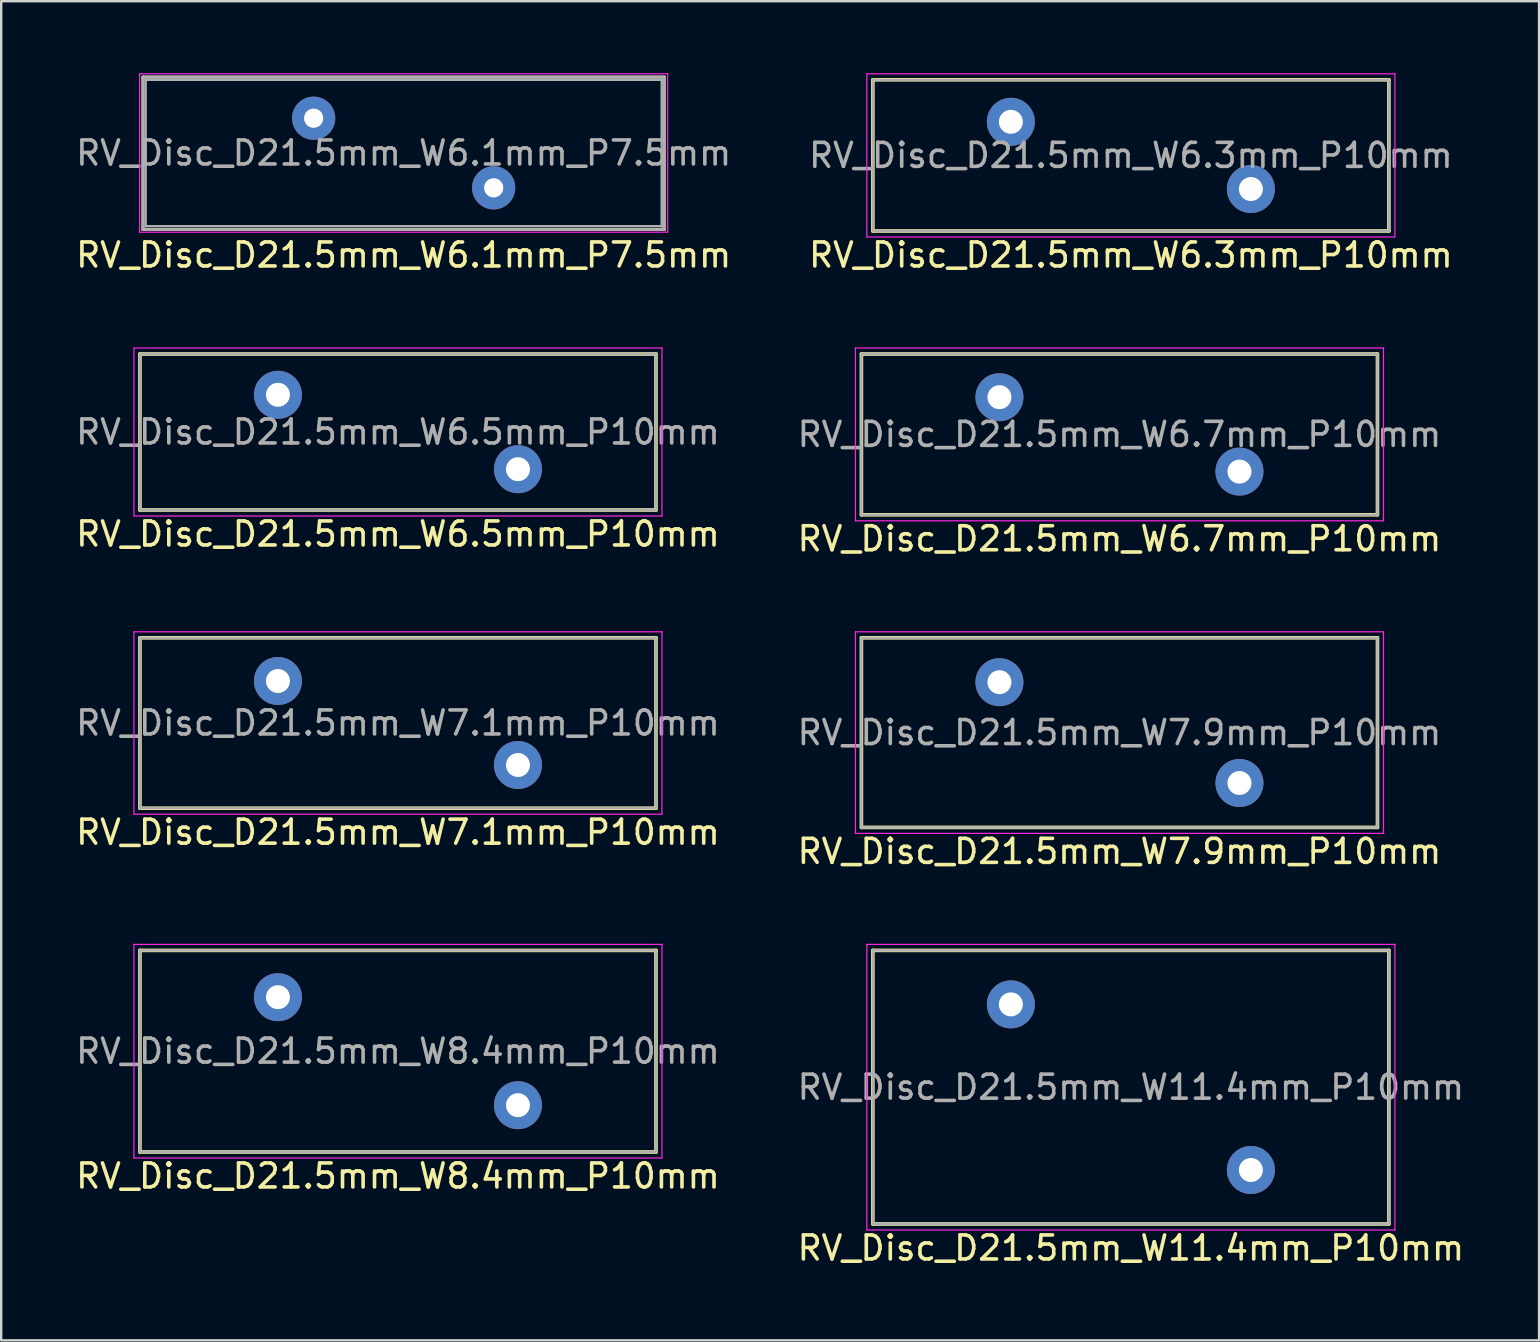
<source format=kicad_pcb>
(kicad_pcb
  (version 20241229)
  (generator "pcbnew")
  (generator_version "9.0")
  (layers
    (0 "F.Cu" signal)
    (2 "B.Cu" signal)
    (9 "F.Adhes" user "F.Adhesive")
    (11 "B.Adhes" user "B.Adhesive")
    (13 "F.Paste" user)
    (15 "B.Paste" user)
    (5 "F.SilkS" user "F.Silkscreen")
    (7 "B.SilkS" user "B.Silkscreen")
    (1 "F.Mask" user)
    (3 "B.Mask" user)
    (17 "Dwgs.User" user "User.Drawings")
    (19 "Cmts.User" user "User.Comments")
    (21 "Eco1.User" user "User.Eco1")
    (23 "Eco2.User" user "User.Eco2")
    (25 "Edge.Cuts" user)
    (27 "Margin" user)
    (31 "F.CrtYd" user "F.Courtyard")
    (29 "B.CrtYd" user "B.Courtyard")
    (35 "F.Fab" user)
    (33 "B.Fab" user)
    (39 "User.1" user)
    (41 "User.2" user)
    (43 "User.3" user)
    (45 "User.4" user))
  (footprint "RV_Disc_D21.5mm_W6.1mm_P7.5mm"
    (layer "F.Cu")
    (at 10.018 1.875)
    (property "Reference" "RV_Disc_D21.5mm_W6.1mm_P7.5mm" (at 3.75 5.7 0) (layer "F.SilkS") (effects (font (size 1 1) (thickness 0.15))))
    (attr through_hole)
    (fp_line (start -7.112 -1.714) (end 14.605 -1.714) (stroke (width 0.12) (type solid)) (layer "F.SilkS"))
    (fp_line (start -7.112 4.636) (end -7.112 -1.714) (stroke (width 0.12) (type solid)) (layer "F.SilkS"))
    (fp_line (start 14.605 -1.714) (end 14.605 4.636) (stroke (width 0.12) (type solid)) (layer "F.SilkS"))
    (fp_line (start 14.605 4.636) (end -7.112 4.636) (stroke (width 0.12) (type solid)) (layer "F.SilkS"))
    (fp_line (start -7.25 -1.85) (end -7.25 4.75) (stroke (width 0.05) (type solid)) (layer "F.CrtYd"))
    (fp_line (start -7.25 -1.85) (end 14.75 -1.85) (stroke (width 0.05) (type solid)) (layer "F.CrtYd"))
    (fp_line (start -7.25 4.75) (end 14.75 4.75) (stroke (width 0.05) (type solid)) (layer "F.CrtYd"))
    (fp_line (start 14.75 -1.85) (end 14.75 4.75) (stroke (width 0.05) (type solid)) (layer "F.CrtYd"))
    (fp_line (start -7.112 -1.714) (end 14.605 -1.714) (stroke (width 0.12) (type solid)) (layer "F.Fab"))
    (fp_line (start -7.112 4.636) (end -7.112 -1.714) (stroke (width 0.12) (type solid)) (layer "F.Fab"))
    (fp_line (start -7 -1.6) (end -7 4.5) (stroke (width 0.1) (type solid)) (layer "F.Fab"))
    (fp_line (start -7 -1.6) (end 14.5 -1.6) (stroke (width 0.1) (type solid)) (layer "F.Fab"))
    (fp_line (start -7 4.5) (end 14.5 4.5) (stroke (width 0.1) (type solid)) (layer "F.Fab"))
    (fp_line (start 14.5 -1.6) (end 14.5 4.5) (stroke (width 0.1) (type solid)) (layer "F.Fab"))
    (fp_line (start 14.605 -1.714) (end 14.605 4.636) (stroke (width 0.12) (type solid)) (layer "F.Fab"))
    (fp_line (start 14.605 4.636) (end -7.112 4.636) (stroke (width 0.12) (type solid)) (layer "F.Fab"))
    (fp_text user "${REFERENCE}" (at 3.75 1.45 0) (layer "F.Fab") (effects (font (size 1 1) (thickness 0.15))))
    (pad "1" thru_hole circle (at 0 0) (size 1.8 1.8) (drill 0.8) (layers "*.Cu" "*.Mask"))
    (pad "2" thru_hole circle (at 7.5 2.9) (size 1.8 1.8) (drill 0.8) (layers "*.Cu" "*.Mask")))
  (footprint "RV_Disc_D21.5mm_W7.1mm_P10mm"
    (layer "F.Cu")
    (at 8.53 25.322)
    (property "Reference" "RV_Disc_D21.5mm_W7.1mm_P10mm" (at 5 6.3 0) (layer "F.SilkS") (effects (font (size 1 1) (thickness 0.15))))
    (attr through_hole)
    (fp_line (start -5.75 -1.8) (end -5.75 5.3) (stroke (width 0.15) (type solid)) (layer "F.SilkS"))
    (fp_line (start -5.75 -1.8) (end 15.75 -1.8) (stroke (width 0.15) (type solid)) (layer "F.SilkS"))
    (fp_line (start -5.75 5.3) (end 15.75 5.3) (stroke (width 0.15) (type solid)) (layer "F.SilkS"))
    (fp_line (start 15.75 -1.8) (end 15.75 5.3) (stroke (width 0.15) (type solid)) (layer "F.SilkS"))
    (fp_line (start -6 -2.05) (end -6 5.55) (stroke (width 0.05) (type solid)) (layer "F.CrtYd"))
    (fp_line (start -6 -2.05) (end 16 -2.05) (stroke (width 0.05) (type solid)) (layer "F.CrtYd"))
    (fp_line (start -6 5.55) (end 16 5.55) (stroke (width 0.05) (type solid)) (layer "F.CrtYd"))
    (fp_line (start 16 -2.05) (end 16 5.55) (stroke (width 0.05) (type solid)) (layer "F.CrtYd"))
    (fp_line (start -5.75 -1.8) (end -5.75 5.3) (stroke (width 0.1) (type solid)) (layer "F.Fab"))
    (fp_line (start -5.75 -1.8) (end 15.75 -1.8) (stroke (width 0.1) (type solid)) (layer "F.Fab"))
    (fp_line (start -5.75 5.3) (end 15.75 5.3) (stroke (width 0.1) (type solid)) (layer "F.Fab"))
    (fp_line (start 15.75 -1.8) (end 15.75 5.3) (stroke (width 0.1) (type solid)) (layer "F.Fab"))
    (fp_text user "${REFERENCE}" (at 5 1.75 0) (layer "F.Fab") (effects (font (size 1 1) (thickness 0.15))))
    (pad "1" thru_hole circle (at 0 0) (size 2 2) (drill 1) (layers "*.Cu" "*.Mask"))
    (pad "2" thru_hole circle (at 10 3.5) (size 2 2) (drill 1) (layers "*.Cu" "*.Mask")))
  (footprint "RV_Disc_D21.5mm_W6.3mm_P10mm"
    (layer "F.Cu")
    (at 39.065 2.025)
    (property "Reference" "RV_Disc_D21.5mm_W6.3mm_P10mm" (at 5 5.55 0) (layer "F.SilkS") (effects (font (size 1 1) (thickness 0.15))))
    (attr through_hole)
    (fp_line (start -5.75 -1.75) (end -5.75 4.55) (stroke (width 0.15) (type solid)) (layer "F.SilkS"))
    (fp_line (start -5.75 -1.75) (end 15.75 -1.75) (stroke (width 0.15) (type solid)) (layer "F.SilkS"))
    (fp_line (start -5.75 4.55) (end 15.75 4.55) (stroke (width 0.15) (type solid)) (layer "F.SilkS"))
    (fp_line (start 15.75 -1.75) (end 15.75 4.55) (stroke (width 0.15) (type solid)) (layer "F.SilkS"))
    (fp_line (start -6 -2) (end -6 4.8) (stroke (width 0.05) (type solid)) (layer "F.CrtYd"))
    (fp_line (start -6 -2) (end 16 -2) (stroke (width 0.05) (type solid)) (layer "F.CrtYd"))
    (fp_line (start -6 4.8) (end 16 4.8) (stroke (width 0.05) (type solid)) (layer "F.CrtYd"))
    (fp_line (start 16 -2) (end 16 4.8) (stroke (width 0.05) (type solid)) (layer "F.CrtYd"))
    (fp_line (start -5.75 -1.75) (end -5.75 4.55) (stroke (width 0.1) (type solid)) (layer "F.Fab"))
    (fp_line (start -5.75 -1.75) (end 15.75 -1.75) (stroke (width 0.1) (type solid)) (layer "F.Fab"))
    (fp_line (start -5.75 4.55) (end 15.75 4.55) (stroke (width 0.1) (type solid)) (layer "F.Fab"))
    (fp_line (start 15.75 -1.75) (end 15.75 4.55) (stroke (width 0.1) (type solid)) (layer "F.Fab"))
    (fp_text user "${REFERENCE}" (at 5 1.4 0) (layer "F.Fab") (effects (font (size 1 1) (thickness 0.15))))
    (pad "1" thru_hole circle (at 0 0) (size 2 2) (drill 1) (layers "*.Cu" "*.Mask"))
    (pad "2" thru_hole circle (at 10 2.8) (size 2 2) (drill 1) (layers "*.Cu" "*.Mask")))
  (footprint "RV_Disc_D21.5mm_W7.9mm_P10mm"
    (layer "F.Cu")
    (at 38.589 25.372)
    (property "Reference" "RV_Disc_D21.5mm_W7.9mm_P10mm" (at 5 7.05 0) (layer "F.SilkS") (effects (font (size 1 1) (thickness 0.15))))
    (attr through_hole)
    (fp_line (start -5.75 -1.85) (end -5.75 6.05) (stroke (width 0.15) (type solid)) (layer "F.SilkS"))
    (fp_line (start -5.75 -1.85) (end 15.75 -1.85) (stroke (width 0.15) (type solid)) (layer "F.SilkS"))
    (fp_line (start -5.75 6.05) (end 15.75 6.05) (stroke (width 0.15) (type solid)) (layer "F.SilkS"))
    (fp_line (start 15.75 -1.85) (end 15.75 6.05) (stroke (width 0.15) (type solid)) (layer "F.SilkS"))
    (fp_line (start -6 -2.1) (end -6 6.3) (stroke (width 0.05) (type solid)) (layer "F.CrtYd"))
    (fp_line (start -6 -2.1) (end 16 -2.1) (stroke (width 0.05) (type solid)) (layer "F.CrtYd"))
    (fp_line (start -6 6.3) (end 16 6.3) (stroke (width 0.05) (type solid)) (layer "F.CrtYd"))
    (fp_line (start 16 -2.1) (end 16 6.3) (stroke (width 0.05) (type solid)) (layer "F.CrtYd"))
    (fp_line (start -5.75 -1.85) (end -5.75 6.05) (stroke (width 0.1) (type solid)) (layer "F.Fab"))
    (fp_line (start -5.75 -1.85) (end 15.75 -1.85) (stroke (width 0.1) (type solid)) (layer "F.Fab"))
    (fp_line (start -5.75 6.05) (end 15.75 6.05) (stroke (width 0.1) (type solid)) (layer "F.Fab"))
    (fp_line (start 15.75 -1.85) (end 15.75 6.05) (stroke (width 0.1) (type solid)) (layer "F.Fab"))
    (fp_text user "${REFERENCE}" (at 5 2.1 0) (layer "F.Fab") (effects (font (size 1 1) (thickness 0.15))))
    (pad "1" thru_hole circle (at 0 0) (size 2 2) (drill 1) (layers "*.Cu" "*.Mask"))
    (pad "2" thru_hole circle (at 10 4.2) (size 2 2) (drill 1) (layers "*.Cu" "*.Mask")))
  (footprint "RV_Disc_D21.5mm_W6.7mm_P10mm"
    (layer "F.Cu")
    (at 38.589 13.498)
    (property "Reference" "RV_Disc_D21.5mm_W6.7mm_P10mm" (at 5 5.9 0) (layer "F.SilkS") (effects (font (size 1 1) (thickness 0.15))))
    (attr through_hole)
    (fp_line (start -5.75 -1.8) (end -5.75 4.9) (stroke (width 0.15) (type solid)) (layer "F.SilkS"))
    (fp_line (start -5.75 -1.8) (end 15.75 -1.8) (stroke (width 0.15) (type solid)) (layer "F.SilkS"))
    (fp_line (start -5.75 4.9) (end 15.75 4.9) (stroke (width 0.15) (type solid)) (layer "F.SilkS"))
    (fp_line (start 15.75 -1.8) (end 15.75 4.9) (stroke (width 0.15) (type solid)) (layer "F.SilkS"))
    (fp_line (start -6 -2.05) (end -6 5.15) (stroke (width 0.05) (type solid)) (layer "F.CrtYd"))
    (fp_line (start -6 -2.05) (end 16 -2.05) (stroke (width 0.05) (type solid)) (layer "F.CrtYd"))
    (fp_line (start -6 5.15) (end 16 5.15) (stroke (width 0.05) (type solid)) (layer "F.CrtYd"))
    (fp_line (start 16 -2.05) (end 16 5.15) (stroke (width 0.05) (type solid)) (layer "F.CrtYd"))
    (fp_line (start -5.75 -1.8) (end -5.75 4.9) (stroke (width 0.1) (type solid)) (layer "F.Fab"))
    (fp_line (start -5.75 -1.8) (end 15.75 -1.8) (stroke (width 0.1) (type solid)) (layer "F.Fab"))
    (fp_line (start -5.75 4.9) (end 15.75 4.9) (stroke (width 0.1) (type solid)) (layer "F.Fab"))
    (fp_line (start 15.75 -1.8) (end 15.75 4.9) (stroke (width 0.1) (type solid)) (layer "F.Fab"))
    (fp_text user "${REFERENCE}" (at 5 1.55 0) (layer "F.Fab") (effects (font (size 1 1) (thickness 0.15))))
    (pad "1" thru_hole circle (at 0 0) (size 2 2) (drill 1) (layers "*.Cu" "*.Mask"))
    (pad "2" thru_hole circle (at 10 3.1) (size 2 2) (drill 1) (layers "*.Cu" "*.Mask")))
  (footprint "RV_Disc_D21.5mm_W6.5mm_P10mm"
    (layer "F.Cu")
    (at 8.53 13.398)
    (property "Reference" "RV_Disc_D21.5mm_W6.5mm_P10mm" (at 5 5.8 0) (layer "F.SilkS") (effects (font (size 1 1) (thickness 0.15))))
    (attr through_hole)
    (fp_line (start -5.75 -1.7) (end -5.75 4.8) (stroke (width 0.15) (type solid)) (layer "F.SilkS"))
    (fp_line (start -5.75 -1.7) (end 15.75 -1.7) (stroke (width 0.15) (type solid)) (layer "F.SilkS"))
    (fp_line (start -5.75 4.8) (end 15.75 4.8) (stroke (width 0.15) (type solid)) (layer "F.SilkS"))
    (fp_line (start 15.75 -1.7) (end 15.75 4.8) (stroke (width 0.15) (type solid)) (layer "F.SilkS"))
    (fp_line (start -6 -1.95) (end -6 5.05) (stroke (width 0.05) (type solid)) (layer "F.CrtYd"))
    (fp_line (start -6 -1.95) (end 16 -1.95) (stroke (width 0.05) (type solid)) (layer "F.CrtYd"))
    (fp_line (start -6 5.05) (end 16 5.05) (stroke (width 0.05) (type solid)) (layer "F.CrtYd"))
    (fp_line (start 16 -1.95) (end 16 5.05) (stroke (width 0.05) (type solid)) (layer "F.CrtYd"))
    (fp_line (start -5.75 -1.7) (end -5.75 4.8) (stroke (width 0.1) (type solid)) (layer "F.Fab"))
    (fp_line (start -5.75 -1.7) (end 15.75 -1.7) (stroke (width 0.1) (type solid)) (layer "F.Fab"))
    (fp_line (start -5.75 4.8) (end 15.75 4.8) (stroke (width 0.1) (type solid)) (layer "F.Fab"))
    (fp_line (start 15.75 -1.7) (end 15.75 4.8) (stroke (width 0.1) (type solid)) (layer "F.Fab"))
    (fp_text user "${REFERENCE}" (at 5 1.55 0) (layer "F.Fab") (effects (font (size 1 1) (thickness 0.15))))
    (pad "1" thru_hole circle (at 0 0) (size 2 2) (drill 1) (layers "*.Cu" "*.Mask"))
    (pad "2" thru_hole circle (at 10 3.1) (size 2 2) (drill 1) (layers "*.Cu" "*.Mask")))
  (footprint "RV_Disc_D21.5mm_W8.4mm_P10mm"
    (layer "F.Cu")
    (at 8.53 38.495)
    (property "Reference" "RV_Disc_D21.5mm_W8.4mm_P10mm" (at 5 7.45 0) (layer "F.SilkS") (effects (font (size 1 1) (thickness 0.15))))
    (attr through_hole)
    (fp_line (start -5.75 -1.95) (end -5.75 6.45) (stroke (width 0.15) (type solid)) (layer "F.SilkS"))
    (fp_line (start -5.75 -1.95) (end 15.75 -1.95) (stroke (width 0.15) (type solid)) (layer "F.SilkS"))
    (fp_line (start -5.75 6.45) (end 15.75 6.45) (stroke (width 0.15) (type solid)) (layer "F.SilkS"))
    (fp_line (start 15.75 -1.95) (end 15.75 6.45) (stroke (width 0.15) (type solid)) (layer "F.SilkS"))
    (fp_line (start -6 -2.2) (end -6 6.7) (stroke (width 0.05) (type solid)) (layer "F.CrtYd"))
    (fp_line (start -6 -2.2) (end 16 -2.2) (stroke (width 0.05) (type solid)) (layer "F.CrtYd"))
    (fp_line (start -6 6.7) (end 16 6.7) (stroke (width 0.05) (type solid)) (layer "F.CrtYd"))
    (fp_line (start 16 -2.2) (end 16 6.7) (stroke (width 0.05) (type solid)) (layer "F.CrtYd"))
    (fp_line (start -5.75 -1.95) (end -5.75 6.45) (stroke (width 0.1) (type solid)) (layer "F.Fab"))
    (fp_line (start -5.75 -1.95) (end 15.75 -1.95) (stroke (width 0.1) (type solid)) (layer "F.Fab"))
    (fp_line (start -5.75 6.45) (end 15.75 6.45) (stroke (width 0.1) (type solid)) (layer "F.Fab"))
    (fp_line (start 15.75 -1.95) (end 15.75 6.45) (stroke (width 0.1) (type solid)) (layer "F.Fab"))
    (fp_text user "${REFERENCE}" (at 5 2.25 0) (layer "F.Fab") (effects (font (size 1 1) (thickness 0.15))))
    (pad "1" thru_hole circle (at 0 0) (size 2 2) (drill 1) (layers "*.Cu" "*.Mask"))
    (pad "2" thru_hole circle (at 10 4.5) (size 2 2) (drill 1) (layers "*.Cu" "*.Mask")))
  (footprint "RV_Disc_D21.5mm_W11.4mm_P10mm"
    (layer "F.Cu")
    (at 39.065 38.795)
    (property "Reference" "RV_Disc_D21.5mm_W11.4mm_P10mm" (at 5 10.15 0) (layer "F.SilkS") (effects (font (size 1 1) (thickness 0.15))))
    (attr through_hole)
    (fp_line (start -5.75 -2.25) (end -5.75 9.15) (stroke (width 0.15) (type solid)) (layer "F.SilkS"))
    (fp_line (start -5.75 -2.25) (end 15.75 -2.25) (stroke (width 0.15) (type solid)) (layer "F.SilkS"))
    (fp_line (start -5.75 9.15) (end 15.75 9.15) (stroke (width 0.15) (type solid)) (layer "F.SilkS"))
    (fp_line (start 15.75 -2.25) (end 15.75 9.15) (stroke (width 0.15) (type solid)) (layer "F.SilkS"))
    (fp_line (start -6 -2.5) (end -6 9.4) (stroke (width 0.05) (type solid)) (layer "F.CrtYd"))
    (fp_line (start -6 -2.5) (end 16 -2.5) (stroke (width 0.05) (type solid)) (layer "F.CrtYd"))
    (fp_line (start -6 9.4) (end 16 9.4) (stroke (width 0.05) (type solid)) (layer "F.CrtYd"))
    (fp_line (start 16 -2.5) (end 16 9.4) (stroke (width 0.05) (type solid)) (layer "F.CrtYd"))
    (fp_line (start -5.75 -2.25) (end -5.75 9.15) (stroke (width 0.1) (type solid)) (layer "F.Fab"))
    (fp_line (start -5.75 -2.25) (end 15.75 -2.25) (stroke (width 0.1) (type solid)) (layer "F.Fab"))
    (fp_line (start -5.75 9.15) (end 15.75 9.15) (stroke (width 0.1) (type solid)) (layer "F.Fab"))
    (fp_line (start 15.75 -2.25) (end 15.75 9.15) (stroke (width 0.1) (type solid)) (layer "F.Fab"))
    (fp_text user "${REFERENCE}" (at 5 3.45 0) (layer "F.Fab") (effects (font (size 1 1) (thickness 0.15))))
    (pad "1" thru_hole circle (at 0 0) (size 2 2) (drill 1) (layers "*.Cu" "*.Mask"))
    (pad "2" thru_hole circle (at 10 6.9) (size 2 2) (drill 1) (layers "*.Cu" "*.Mask")))
  (gr_rect
    (start -3 -3)
    (end 61.071 52.793)
    (stroke (width 0.1) (type default))
    (fill no)
    (layer "Edge.Cuts")))
</source>
